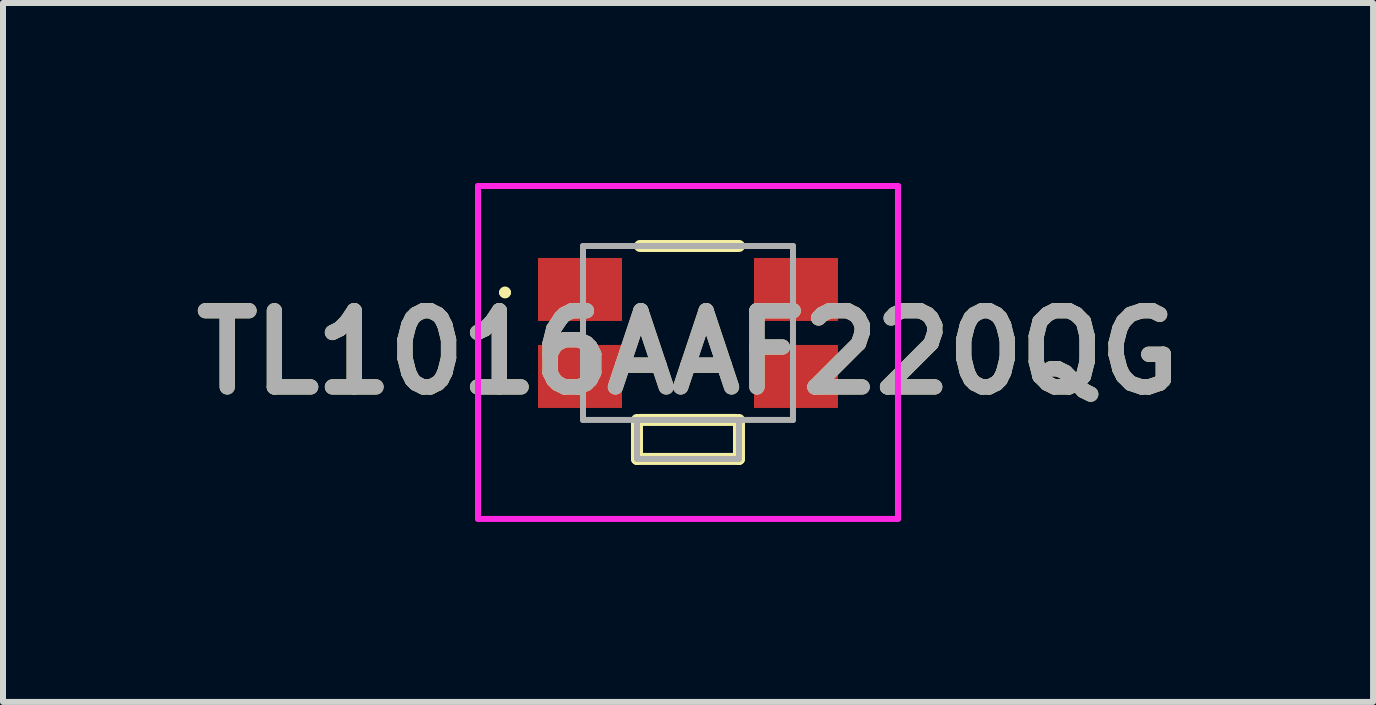
<source format=kicad_pcb>
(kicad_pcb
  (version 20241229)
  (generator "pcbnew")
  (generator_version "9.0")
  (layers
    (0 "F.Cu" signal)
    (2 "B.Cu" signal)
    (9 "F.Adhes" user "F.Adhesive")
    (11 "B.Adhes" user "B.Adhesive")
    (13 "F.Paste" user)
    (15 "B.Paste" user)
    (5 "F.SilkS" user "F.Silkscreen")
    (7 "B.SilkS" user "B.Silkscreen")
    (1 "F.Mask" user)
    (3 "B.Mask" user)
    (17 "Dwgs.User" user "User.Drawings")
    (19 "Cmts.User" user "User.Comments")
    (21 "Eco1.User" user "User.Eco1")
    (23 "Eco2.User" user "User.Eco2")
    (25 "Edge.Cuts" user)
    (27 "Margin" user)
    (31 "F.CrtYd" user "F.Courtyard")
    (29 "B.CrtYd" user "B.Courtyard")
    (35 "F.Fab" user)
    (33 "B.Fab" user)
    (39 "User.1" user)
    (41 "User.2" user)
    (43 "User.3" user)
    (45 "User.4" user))
  (footprint "TL1016AAF220QG"
    (layer "F.Cu")
    (at 8.418 2.5)
    (property "Reference" "TL1016AAF220QG" (at 0 0.325 0) (layer "F.SilkS") (effects (font (size 1.27 1.27) (thickness 0.254))))
    (attr smd)
    (fp_line (start -3.1 -0.675) (end -3.1 -0.675) (stroke (width 0.1) (type solid)) (layer "F.SilkS"))
    (fp_line (start -3 -0.675) (end -3 -0.675) (stroke (width 0.1) (type solid)) (layer "F.SilkS"))
    (fp_line (start -0.85 1.45) (end -0.85 2.1) (stroke (width 0.2) (type solid)) (layer "F.SilkS"))
    (fp_line (start -0.85 2.1) (end 0.85 2.1) (stroke (width 0.2) (type solid)) (layer "F.SilkS"))
    (fp_line (start -0.8 -1.45) (end 0.85 -1.45) (stroke (width 0.2) (type solid)) (layer "F.SilkS"))
    (fp_line (start -0.8 1.45) (end 0.8 1.45) (stroke (width 0.2) (type solid)) (layer "F.SilkS"))
    (fp_line (start 0.85 2.1) (end 0.85 1.45) (stroke (width 0.2) (type solid)) (layer "F.SilkS"))
    (fp_arc (start -3.1 -0.675) (mid -3.05 -0.725) (end -3 -0.675) (stroke (width 0.1) (type solid)) (layer "F.SilkS"))
    (fp_arc (start -3 -0.675) (mid -3.05 -0.625) (end -3.1 -0.675) (stroke (width 0.1) (type solid)) (layer "F.SilkS"))
    (fp_line (start -3.5 -2.45) (end 3.5 -2.45) (stroke (width 0.1) (type solid)) (layer "F.CrtYd"))
    (fp_line (start -3.5 3.1) (end -3.5 -2.45) (stroke (width 0.1) (type solid)) (layer "F.CrtYd"))
    (fp_line (start 3.5 -2.45) (end 3.5 3.1) (stroke (width 0.1) (type solid)) (layer "F.CrtYd"))
    (fp_line (start 3.5 3.1) (end -3.5 3.1) (stroke (width 0.1) (type solid)) (layer "F.CrtYd"))
    (fp_line (start -1.75 -1.45) (end 1.75 -1.45) (stroke (width 0.1) (type solid)) (layer "F.Fab"))
    (fp_line (start -1.75 1.45) (end -1.75 -1.45) (stroke (width 0.1) (type solid)) (layer "F.Fab"))
    (fp_line (start -0.85 1.45) (end -0.85 2.1) (stroke (width 0.1) (type solid)) (layer "F.Fab"))
    (fp_line (start -0.85 2.1) (end 0.85 2.1) (stroke (width 0.1) (type solid)) (layer "F.Fab"))
    (fp_line (start 0.85 2.1) (end 0.85 1.45) (stroke (width 0.1) (type solid)) (layer "F.Fab"))
    (fp_line (start 1.75 -1.45) (end 1.75 1.45) (stroke (width 0.1) (type solid)) (layer "F.Fab"))
    (fp_line (start 1.75 1.45) (end -1.75 1.45) (stroke (width 0.1) (type solid)) (layer "F.Fab"))
    (fp_text user "${REFERENCE}" (at 0 0.325 0) (layer "F.Fab") (effects (font (size 1.27 1.27) (thickness 0.254))))
    (pad "1" smd rect (at -1.8 -0.725 90) (size 1.05 1.4) (layers "F.Cu" "F.Mask" "F.Paste"))
    (pad "2" smd rect (at 1.8 -0.725 90) (size 1.05 1.4) (layers "F.Cu" "F.Mask" "F.Paste"))
    (pad "3" smd rect (at -1.8 0.725 90) (size 1.05 1.4) (layers "F.Cu" "F.Mask" "F.Paste"))
    (pad "4" smd rect (at 1.8 0.725 90) (size 1.05 1.4) (layers "F.Cu" "F.Mask" "F.Paste")))
  (gr_rect
    (start -3 -3)
    (end 19.837 8.65)
    (stroke (width 0.1) (type default))
    (fill no)
    (layer "Edge.Cuts")))
</source>
